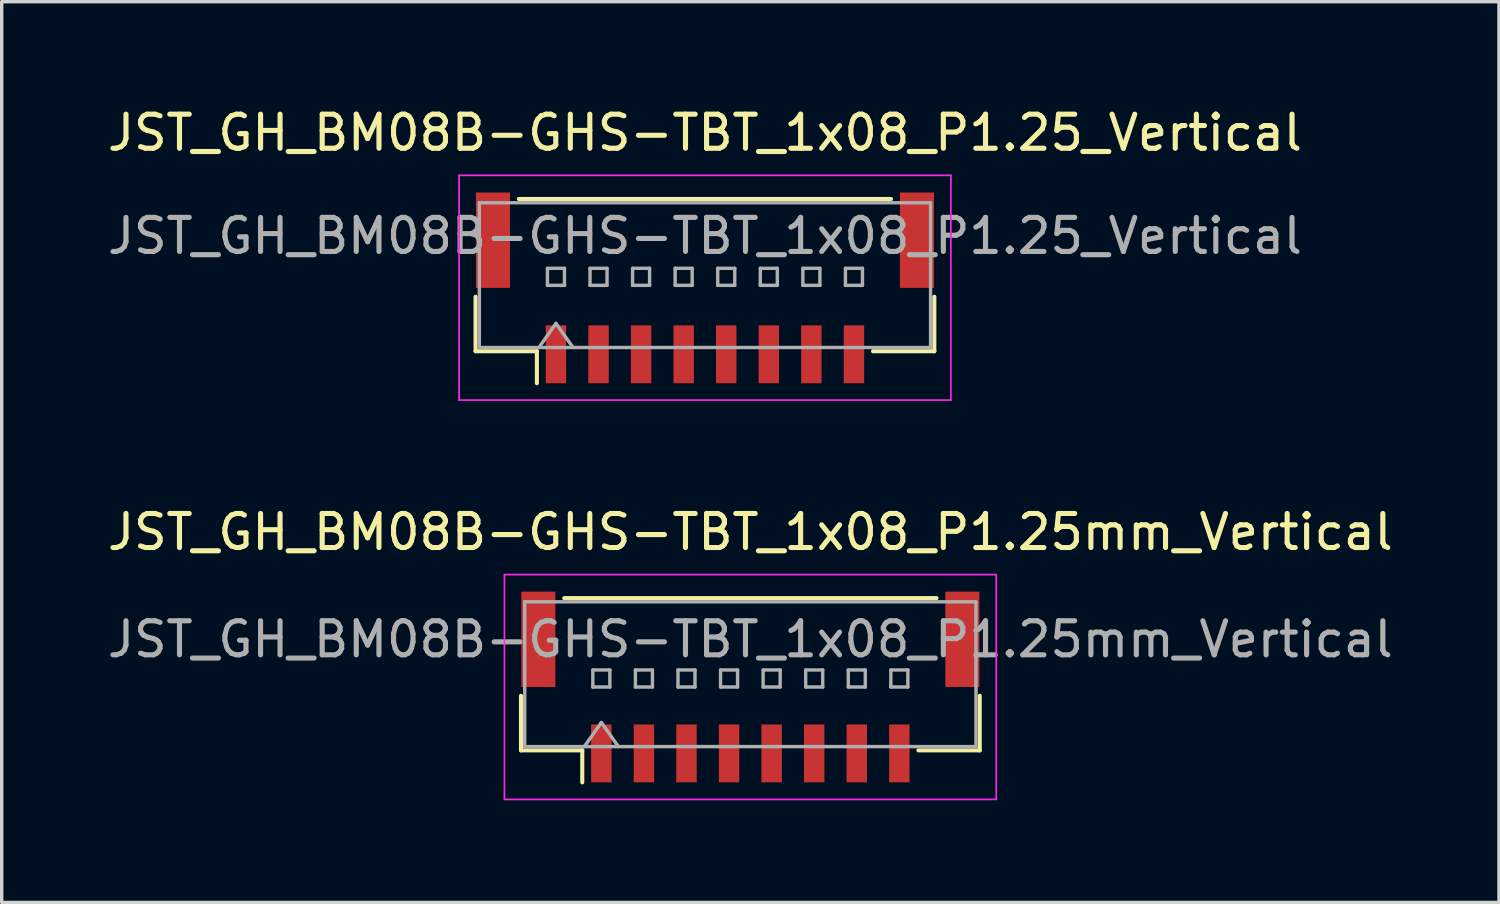
<source format=kicad_pcb>
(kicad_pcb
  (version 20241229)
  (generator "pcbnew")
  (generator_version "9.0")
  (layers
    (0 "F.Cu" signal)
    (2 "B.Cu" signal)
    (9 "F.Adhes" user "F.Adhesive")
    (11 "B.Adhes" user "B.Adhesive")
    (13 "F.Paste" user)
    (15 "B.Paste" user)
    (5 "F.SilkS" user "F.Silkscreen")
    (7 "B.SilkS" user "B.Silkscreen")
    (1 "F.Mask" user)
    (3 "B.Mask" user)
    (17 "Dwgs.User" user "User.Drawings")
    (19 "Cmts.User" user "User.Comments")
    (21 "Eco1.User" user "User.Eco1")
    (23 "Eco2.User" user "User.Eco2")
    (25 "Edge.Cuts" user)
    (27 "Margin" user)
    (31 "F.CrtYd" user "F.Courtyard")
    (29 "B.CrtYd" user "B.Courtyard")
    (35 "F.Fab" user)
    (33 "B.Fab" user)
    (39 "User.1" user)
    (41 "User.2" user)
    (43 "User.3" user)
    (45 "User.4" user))
  (footprint "JST_GH_BM08B-GHS-TBT_1x08_P1.25_Vertical"
    (layer "F.Cu")
    (at 17.649 5.678)
    (property "Reference" "JST_GH_BM08B-GHS-TBT_1x08_P1.25_Vertical" (at 0 -4.83 0) (layer "F.SilkS") (effects (font (size 1 1) (thickness 0.15))))
    (attr smd)
    (fp_line (start -6.735 -0.015) (end -6.735 1.585) (stroke (width 0.12) (type solid)) (layer "F.SilkS"))
    (fp_line (start -6.735 1.585) (end -4.935 1.585) (stroke (width 0.12) (type solid)) (layer "F.SilkS"))
    (fp_line (start -5.465 -2.885) (end 5.465 -2.885) (stroke (width 0.12) (type solid)) (layer "F.SilkS"))
    (fp_line (start -4.935 1.585) (end -4.935 2.525) (stroke (width 0.12) (type solid)) (layer "F.SilkS"))
    (fp_line (start 6.735 -0.015) (end 6.735 1.585) (stroke (width 0.12) (type solid)) (layer "F.SilkS"))
    (fp_line (start 6.735 1.585) (end 4.935 1.585) (stroke (width 0.12) (type solid)) (layer "F.SilkS"))
    (fp_line (start -7.22 -3.58) (end -7.22 3.02) (stroke (width 0.05) (type solid)) (layer "F.CrtYd"))
    (fp_line (start -7.22 3.02) (end 7.22 3.02) (stroke (width 0.05) (type solid)) (layer "F.CrtYd"))
    (fp_line (start 7.22 -3.58) (end -7.22 -3.58) (stroke (width 0.05) (type solid)) (layer "F.CrtYd"))
    (fp_line (start 7.22 3.02) (end 7.22 -3.58) (stroke (width 0.05) (type solid)) (layer "F.CrtYd"))
    (fp_line (start -6.625 -2.775) (end -6.625 1.475) (stroke (width 0.1) (type solid)) (layer "F.Fab"))
    (fp_line (start -6.625 1.475) (end 6.625 1.475) (stroke (width 0.1) (type solid)) (layer "F.Fab"))
    (fp_line (start -4.875 1.475) (end -4.375 0.768) (stroke (width 0.1) (type solid)) (layer "F.Fab"))
    (fp_line (start -4.625 -0.85) (end -4.625 -0.35) (stroke (width 0.1) (type solid)) (layer "F.Fab"))
    (fp_line (start -4.625 -0.35) (end -4.125 -0.35) (stroke (width 0.1) (type solid)) (layer "F.Fab"))
    (fp_line (start -4.375 0.768) (end -3.875 1.475) (stroke (width 0.1) (type solid)) (layer "F.Fab"))
    (fp_line (start -4.125 -0.85) (end -4.625 -0.85) (stroke (width 0.1) (type solid)) (layer "F.Fab"))
    (fp_line (start -4.125 -0.35) (end -4.125 -0.85) (stroke (width 0.1) (type solid)) (layer "F.Fab"))
    (fp_line (start -3.375 -0.85) (end -3.375 -0.35) (stroke (width 0.1) (type solid)) (layer "F.Fab"))
    (fp_line (start -3.375 -0.35) (end -2.875 -0.35) (stroke (width 0.1) (type solid)) (layer "F.Fab"))
    (fp_line (start -2.875 -0.85) (end -3.375 -0.85) (stroke (width 0.1) (type solid)) (layer "F.Fab"))
    (fp_line (start -2.875 -0.35) (end -2.875 -0.85) (stroke (width 0.1) (type solid)) (layer "F.Fab"))
    (fp_line (start -2.125 -0.85) (end -2.125 -0.35) (stroke (width 0.1) (type solid)) (layer "F.Fab"))
    (fp_line (start -2.125 -0.35) (end -1.625 -0.35) (stroke (width 0.1) (type solid)) (layer "F.Fab"))
    (fp_line (start -1.625 -0.85) (end -2.125 -0.85) (stroke (width 0.1) (type solid)) (layer "F.Fab"))
    (fp_line (start -1.625 -0.35) (end -1.625 -0.85) (stroke (width 0.1) (type solid)) (layer "F.Fab"))
    (fp_line (start -0.875 -0.85) (end -0.875 -0.35) (stroke (width 0.1) (type solid)) (layer "F.Fab"))
    (fp_line (start -0.875 -0.35) (end -0.375 -0.35) (stroke (width 0.1) (type solid)) (layer "F.Fab"))
    (fp_line (start -0.375 -0.85) (end -0.875 -0.85) (stroke (width 0.1) (type solid)) (layer "F.Fab"))
    (fp_line (start -0.375 -0.35) (end -0.375 -0.85) (stroke (width 0.1) (type solid)) (layer "F.Fab"))
    (fp_line (start 0.375 -0.85) (end 0.375 -0.35) (stroke (width 0.1) (type solid)) (layer "F.Fab"))
    (fp_line (start 0.375 -0.35) (end 0.875 -0.35) (stroke (width 0.1) (type solid)) (layer "F.Fab"))
    (fp_line (start 0.875 -0.85) (end 0.375 -0.85) (stroke (width 0.1) (type solid)) (layer "F.Fab"))
    (fp_line (start 0.875 -0.35) (end 0.875 -0.85) (stroke (width 0.1) (type solid)) (layer "F.Fab"))
    (fp_line (start 1.625 -0.85) (end 1.625 -0.35) (stroke (width 0.1) (type solid)) (layer "F.Fab"))
    (fp_line (start 1.625 -0.35) (end 2.125 -0.35) (stroke (width 0.1) (type solid)) (layer "F.Fab"))
    (fp_line (start 2.125 -0.85) (end 1.625 -0.85) (stroke (width 0.1) (type solid)) (layer "F.Fab"))
    (fp_line (start 2.125 -0.35) (end 2.125 -0.85) (stroke (width 0.1) (type solid)) (layer "F.Fab"))
    (fp_line (start 2.875 -0.85) (end 2.875 -0.35) (stroke (width 0.1) (type solid)) (layer "F.Fab"))
    (fp_line (start 2.875 -0.35) (end 3.375 -0.35) (stroke (width 0.1) (type solid)) (layer "F.Fab"))
    (fp_line (start 3.375 -0.85) (end 2.875 -0.85) (stroke (width 0.1) (type solid)) (layer "F.Fab"))
    (fp_line (start 3.375 -0.35) (end 3.375 -0.85) (stroke (width 0.1) (type solid)) (layer "F.Fab"))
    (fp_line (start 4.125 -0.85) (end 4.125 -0.35) (stroke (width 0.1) (type solid)) (layer "F.Fab"))
    (fp_line (start 4.125 -0.35) (end 4.625 -0.35) (stroke (width 0.1) (type solid)) (layer "F.Fab"))
    (fp_line (start 4.625 -0.85) (end 4.125 -0.85) (stroke (width 0.1) (type solid)) (layer "F.Fab"))
    (fp_line (start 4.625 -0.35) (end 4.625 -0.85) (stroke (width 0.1) (type solid)) (layer "F.Fab"))
    (fp_line (start 6.625 -2.775) (end -6.625 -2.775) (stroke (width 0.1) (type solid)) (layer "F.Fab"))
    (fp_line (start 6.625 1.475) (end 6.625 -2.775) (stroke (width 0.1) (type solid)) (layer "F.Fab"))
    (fp_text user "${REFERENCE}" (at 0 -1.8 0) (layer "F.Fab") (effects (font (size 1 1) (thickness 0.15))))
    (pad "" smd rect (at -6.225 -1.675) (size 1 2.8) (layers "F.Cu" "F.Mask" "F.Paste"))
    (pad "" smd rect (at 6.225 -1.675) (size 1 2.8) (layers "F.Cu" "F.Mask" "F.Paste"))
    (pad "1" smd rect (at -4.375 1.675) (size 0.6 1.7) (layers "F.Cu" "F.Mask" "F.Paste"))
    (pad "2" smd rect (at -3.125 1.675) (size 0.6 1.7) (layers "F.Cu" "F.Mask" "F.Paste"))
    (pad "3" smd rect (at -1.875 1.675) (size 0.6 1.7) (layers "F.Cu" "F.Mask" "F.Paste"))
    (pad "4" smd rect (at -0.625 1.675) (size 0.6 1.7) (layers "F.Cu" "F.Mask" "F.Paste"))
    (pad "5" smd rect (at 0.625 1.675) (size 0.6 1.7) (layers "F.Cu" "F.Mask" "F.Paste"))
    (pad "6" smd rect (at 1.875 1.675) (size 0.6 1.7) (layers "F.Cu" "F.Mask" "F.Paste"))
    (pad "7" smd rect (at 3.125 1.675) (size 0.6 1.7) (layers "F.Cu" "F.Mask" "F.Paste"))
    (pad "8" smd rect (at 4.375 1.675) (size 0.6 1.7) (layers "F.Cu" "F.Mask" "F.Paste")))
  (footprint "JST_GH_BM08B-GHS-TBT_1x08_P1.25mm_Vertical"
    (layer "F.Cu")
    (at 18.982 17.122)
    (property "Reference" "JST_GH_BM08B-GHS-TBT_1x08_P1.25mm_Vertical" (at 0 -4.55 0) (layer "F.SilkS") (effects (font (size 1 1) (thickness 0.15))))
    (attr smd)
    (fp_line (start -6.735 0.26) (end -6.735 1.86) (stroke (width 0.12) (type solid)) (layer "F.SilkS"))
    (fp_line (start -6.735 1.86) (end -4.935 1.86) (stroke (width 0.12) (type solid)) (layer "F.SilkS"))
    (fp_line (start -5.465 -2.61) (end 5.465 -2.61) (stroke (width 0.12) (type solid)) (layer "F.SilkS"))
    (fp_line (start -4.935 1.86) (end -4.935 2.8) (stroke (width 0.12) (type solid)) (layer "F.SilkS"))
    (fp_line (start 6.735 0.26) (end 6.735 1.86) (stroke (width 0.12) (type solid)) (layer "F.SilkS"))
    (fp_line (start 6.735 1.86) (end 4.935 1.86) (stroke (width 0.12) (type solid)) (layer "F.SilkS"))
    (fp_line (start -7.22 -3.3) (end -7.22 3.3) (stroke (width 0.05) (type solid)) (layer "F.CrtYd"))
    (fp_line (start -7.22 3.3) (end 7.22 3.3) (stroke (width 0.05) (type solid)) (layer "F.CrtYd"))
    (fp_line (start 7.22 -3.3) (end -7.22 -3.3) (stroke (width 0.05) (type solid)) (layer "F.CrtYd"))
    (fp_line (start 7.22 3.3) (end 7.22 -3.3) (stroke (width 0.05) (type solid)) (layer "F.CrtYd"))
    (fp_line (start -6.625 -2.5) (end -6.625 1.75) (stroke (width 0.1) (type solid)) (layer "F.Fab"))
    (fp_line (start -6.625 1.75) (end 6.625 1.75) (stroke (width 0.1) (type solid)) (layer "F.Fab"))
    (fp_line (start -4.875 1.75) (end -4.375 1.043) (stroke (width 0.1) (type solid)) (layer "F.Fab"))
    (fp_line (start -4.625 -0.5) (end -4.625 0) (stroke (width 0.1) (type solid)) (layer "F.Fab"))
    (fp_line (start -4.625 0) (end -4.125 0) (stroke (width 0.1) (type solid)) (layer "F.Fab"))
    (fp_line (start -4.375 1.043) (end -3.875 1.75) (stroke (width 0.1) (type solid)) (layer "F.Fab"))
    (fp_line (start -4.125 -0.5) (end -4.625 -0.5) (stroke (width 0.1) (type solid)) (layer "F.Fab"))
    (fp_line (start -4.125 0) (end -4.125 -0.5) (stroke (width 0.1) (type solid)) (layer "F.Fab"))
    (fp_line (start -3.375 -0.5) (end -3.375 0) (stroke (width 0.1) (type solid)) (layer "F.Fab"))
    (fp_line (start -3.375 0) (end -2.875 0) (stroke (width 0.1) (type solid)) (layer "F.Fab"))
    (fp_line (start -2.875 -0.5) (end -3.375 -0.5) (stroke (width 0.1) (type solid)) (layer "F.Fab"))
    (fp_line (start -2.875 0) (end -2.875 -0.5) (stroke (width 0.1) (type solid)) (layer "F.Fab"))
    (fp_line (start -2.125 -0.5) (end -2.125 0) (stroke (width 0.1) (type solid)) (layer "F.Fab"))
    (fp_line (start -2.125 0) (end -1.625 0) (stroke (width 0.1) (type solid)) (layer "F.Fab"))
    (fp_line (start -1.625 -0.5) (end -2.125 -0.5) (stroke (width 0.1) (type solid)) (layer "F.Fab"))
    (fp_line (start -1.625 0) (end -1.625 -0.5) (stroke (width 0.1) (type solid)) (layer "F.Fab"))
    (fp_line (start -0.875 -0.5) (end -0.875 0) (stroke (width 0.1) (type solid)) (layer "F.Fab"))
    (fp_line (start -0.875 0) (end -0.375 0) (stroke (width 0.1) (type solid)) (layer "F.Fab"))
    (fp_line (start -0.375 -0.5) (end -0.875 -0.5) (stroke (width 0.1) (type solid)) (layer "F.Fab"))
    (fp_line (start -0.375 0) (end -0.375 -0.5) (stroke (width 0.1) (type solid)) (layer "F.Fab"))
    (fp_line (start 0.375 -0.5) (end 0.375 0) (stroke (width 0.1) (type solid)) (layer "F.Fab"))
    (fp_line (start 0.375 0) (end 0.875 0) (stroke (width 0.1) (type solid)) (layer "F.Fab"))
    (fp_line (start 0.875 -0.5) (end 0.375 -0.5) (stroke (width 0.1) (type solid)) (layer "F.Fab"))
    (fp_line (start 0.875 0) (end 0.875 -0.5) (stroke (width 0.1) (type solid)) (layer "F.Fab"))
    (fp_line (start 1.625 -0.5) (end 1.625 0) (stroke (width 0.1) (type solid)) (layer "F.Fab"))
    (fp_line (start 1.625 0) (end 2.125 0) (stroke (width 0.1) (type solid)) (layer "F.Fab"))
    (fp_line (start 2.125 -0.5) (end 1.625 -0.5) (stroke (width 0.1) (type solid)) (layer "F.Fab"))
    (fp_line (start 2.125 0) (end 2.125 -0.5) (stroke (width 0.1) (type solid)) (layer "F.Fab"))
    (fp_line (start 2.875 -0.5) (end 2.875 0) (stroke (width 0.1) (type solid)) (layer "F.Fab"))
    (fp_line (start 2.875 0) (end 3.375 0) (stroke (width 0.1) (type solid)) (layer "F.Fab"))
    (fp_line (start 3.375 -0.5) (end 2.875 -0.5) (stroke (width 0.1) (type solid)) (layer "F.Fab"))
    (fp_line (start 3.375 0) (end 3.375 -0.5) (stroke (width 0.1) (type solid)) (layer "F.Fab"))
    (fp_line (start 4.125 -0.5) (end 4.125 0) (stroke (width 0.1) (type solid)) (layer "F.Fab"))
    (fp_line (start 4.125 0) (end 4.625 0) (stroke (width 0.1) (type solid)) (layer "F.Fab"))
    (fp_line (start 4.625 -0.5) (end 4.125 -0.5) (stroke (width 0.1) (type solid)) (layer "F.Fab"))
    (fp_line (start 4.625 0) (end 4.625 -0.5) (stroke (width 0.1) (type solid)) (layer "F.Fab"))
    (fp_line (start 6.625 -2.5) (end -6.625 -2.5) (stroke (width 0.1) (type solid)) (layer "F.Fab"))
    (fp_line (start 6.625 1.75) (end 6.625 -2.5) (stroke (width 0.1) (type solid)) (layer "F.Fab"))
    (fp_text user "${REFERENCE}" (at 0 -1.4 0) (layer "F.Fab") (effects (font (size 1 1) (thickness 0.15))))
    (pad "" smd rect (at -6.225 -1.4) (size 1 2.8) (layers "F.Cu" "F.Mask" "F.Paste"))
    (pad "" smd rect (at 6.225 -1.4) (size 1 2.8) (layers "F.Cu" "F.Mask" "F.Paste"))
    (pad "1" smd rect (at -4.375 1.95) (size 0.6 1.7) (layers "F.Cu" "F.Mask" "F.Paste"))
    (pad "2" smd rect (at -3.125 1.95) (size 0.6 1.7) (layers "F.Cu" "F.Mask" "F.Paste"))
    (pad "3" smd rect (at -1.875 1.95) (size 0.6 1.7) (layers "F.Cu" "F.Mask" "F.Paste"))
    (pad "4" smd rect (at -0.625 1.95) (size 0.6 1.7) (layers "F.Cu" "F.Mask" "F.Paste"))
    (pad "5" smd rect (at 0.625 1.95) (size 0.6 1.7) (layers "F.Cu" "F.Mask" "F.Paste"))
    (pad "6" smd rect (at 1.875 1.95) (size 0.6 1.7) (layers "F.Cu" "F.Mask" "F.Paste"))
    (pad "7" smd rect (at 3.125 1.95) (size 0.6 1.7) (layers "F.Cu" "F.Mask" "F.Paste"))
    (pad "8" smd rect (at 4.375 1.95) (size 0.6 1.7) (layers "F.Cu" "F.Mask" "F.Paste")))
  (gr_rect
    (start -3 -3)
    (end 40.964 23.447)
    (stroke (width 0.1) (type default))
    (fill no)
    (layer "Edge.Cuts")))
</source>
